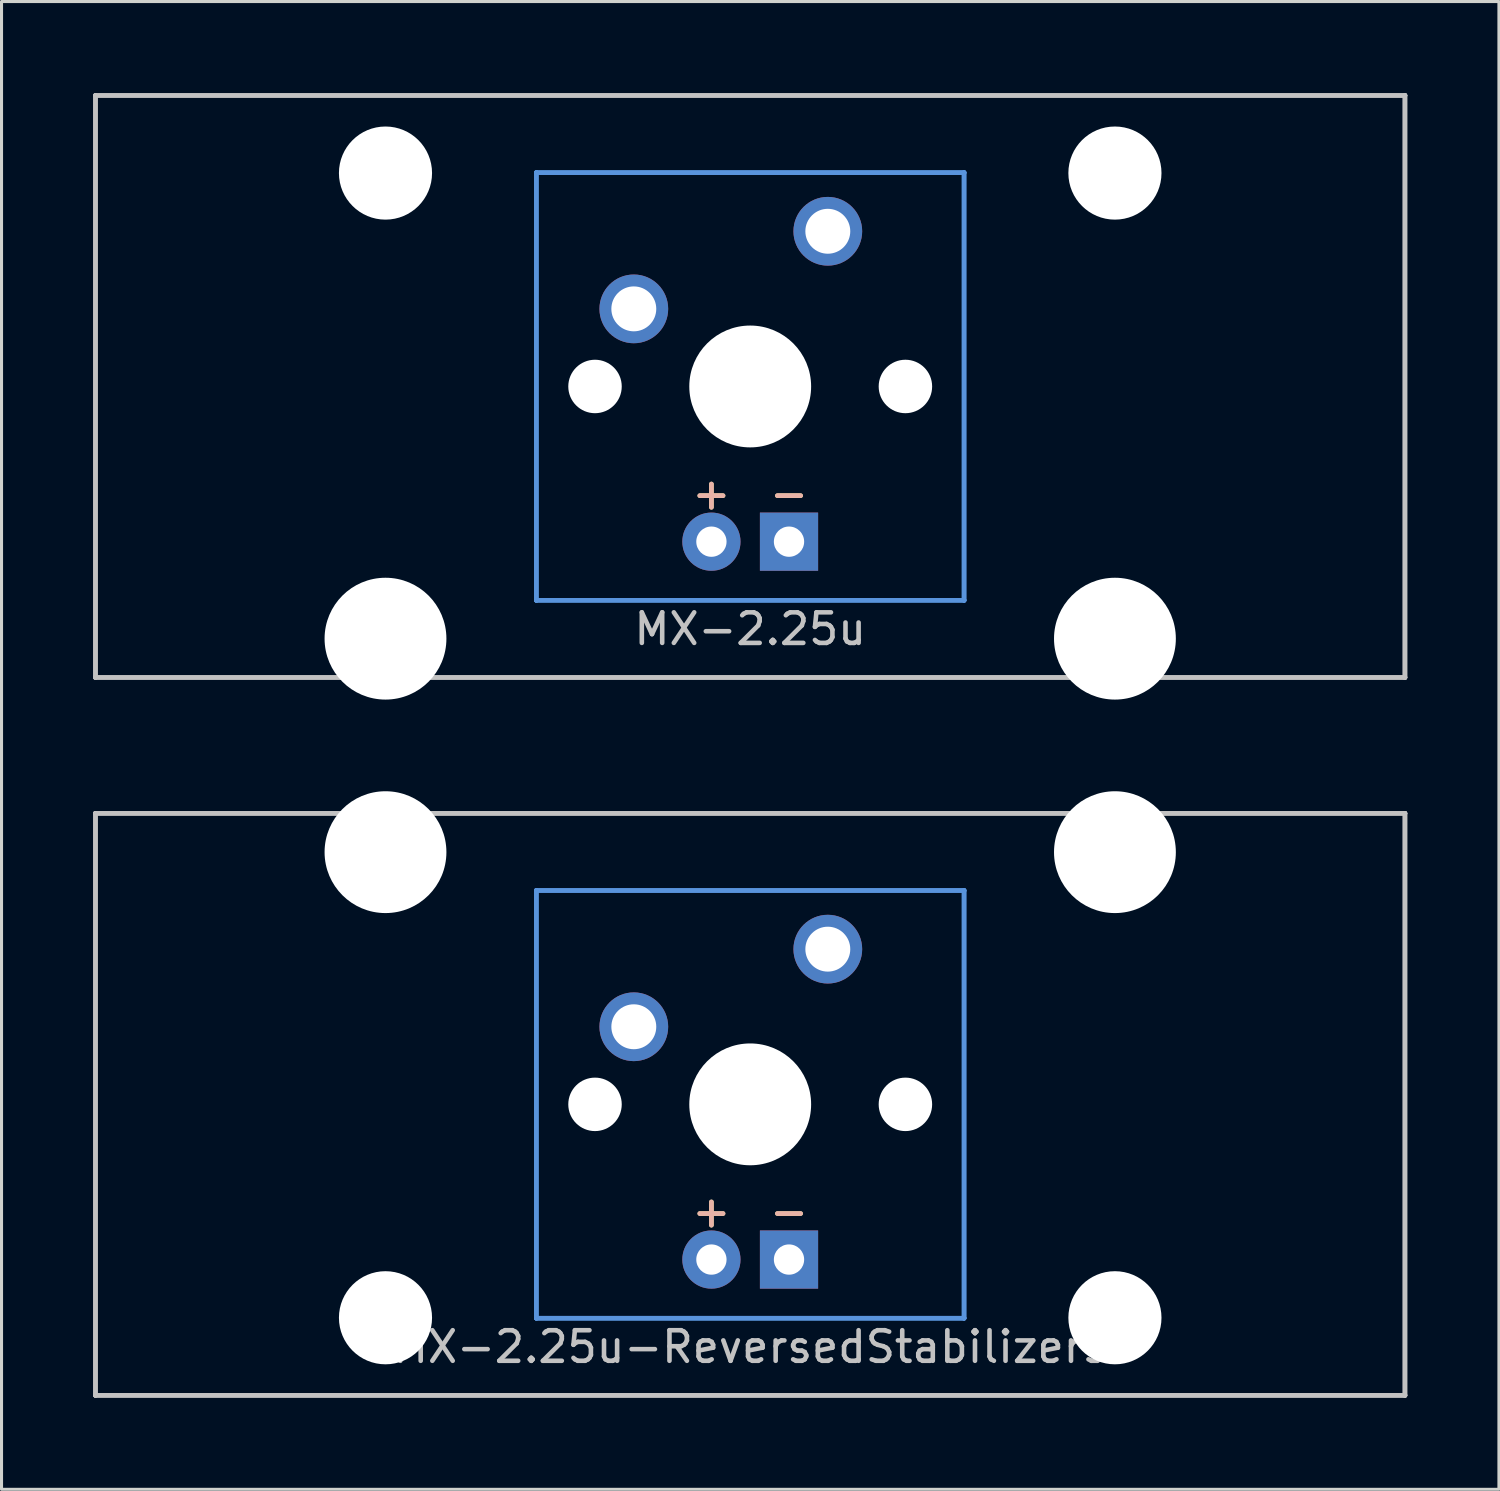
<source format=kicad_pcb>
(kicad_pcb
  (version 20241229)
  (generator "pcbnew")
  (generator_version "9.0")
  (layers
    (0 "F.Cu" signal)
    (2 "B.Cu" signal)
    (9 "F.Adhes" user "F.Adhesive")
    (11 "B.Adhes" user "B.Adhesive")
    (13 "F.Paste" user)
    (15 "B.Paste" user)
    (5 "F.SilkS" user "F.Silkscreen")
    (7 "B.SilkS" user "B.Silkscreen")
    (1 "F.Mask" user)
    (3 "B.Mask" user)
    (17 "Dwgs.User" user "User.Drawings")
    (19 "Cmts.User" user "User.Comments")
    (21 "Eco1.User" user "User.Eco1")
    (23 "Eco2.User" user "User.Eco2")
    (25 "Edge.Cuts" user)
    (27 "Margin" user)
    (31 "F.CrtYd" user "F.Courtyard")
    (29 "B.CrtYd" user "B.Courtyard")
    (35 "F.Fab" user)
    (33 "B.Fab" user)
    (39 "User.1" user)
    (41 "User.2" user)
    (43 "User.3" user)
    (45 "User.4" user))
  (footprint "MX-2.25u-ReversedStabilizers"
    (layer "F.Cu")
    (at 21.506 33.098)
    (property "Reference" "MX-2.25u-ReversedStabilizers" (at 0 7.938 0) (layer "Dwgs.User") (effects (font (size 1 1) (thickness 0.15))))
    (attr through_hole)
    (fp_line (start -21.431 -9.525) (end -21.431 -9.525) (stroke (width 0.15) (type solid)) (layer "Dwgs.User"))
    (fp_line (start -21.431 -9.525) (end -21.431 -9.525) (stroke (width 0.15) (type solid)) (layer "Dwgs.User"))
    (fp_line (start -21.431 -9.525) (end -21.431 9.525) (stroke (width 0.15) (type solid)) (layer "Dwgs.User"))
    (fp_line (start -21.431 -9.525) (end 21.431 -9.525) (stroke (width 0.15) (type solid)) (layer "Dwgs.User"))
    (fp_line (start -21.431 9.525) (end -21.431 -9.525) (stroke (width 0.15) (type solid)) (layer "Dwgs.User"))
    (fp_line (start -21.431 9.525) (end -21.431 9.525) (stroke (width 0.15) (type solid)) (layer "Dwgs.User"))
    (fp_line (start -21.431 9.525) (end -21.431 9.525) (stroke (width 0.15) (type solid)) (layer "Dwgs.User"))
    (fp_line (start -21.431 9.525) (end 21.431 9.525) (stroke (width 0.15) (type solid)) (layer "Dwgs.User"))
    (fp_line (start 21.431 -9.525) (end -21.431 -9.525) (stroke (width 0.15) (type solid)) (layer "Dwgs.User"))
    (fp_line (start 21.431 -9.525) (end 21.431 -9.525) (stroke (width 0.15) (type solid)) (layer "Dwgs.User"))
    (fp_line (start 21.431 -9.525) (end 21.431 -9.525) (stroke (width 0.15) (type solid)) (layer "Dwgs.User"))
    (fp_line (start 21.431 -9.525) (end 21.431 9.525) (stroke (width 0.15) (type solid)) (layer "Dwgs.User"))
    (fp_line (start 21.431 9.525) (end -21.431 9.525) (stroke (width 0.15) (type solid)) (layer "Dwgs.User"))
    (fp_line (start 21.431 9.525) (end 21.431 -9.525) (stroke (width 0.15) (type solid)) (layer "Dwgs.User"))
    (fp_line (start 21.431 9.525) (end 21.431 9.525) (stroke (width 0.15) (type solid)) (layer "Dwgs.User"))
    (fp_line (start 21.431 9.525) (end 21.431 9.525) (stroke (width 0.15) (type solid)) (layer "Dwgs.User"))
    (fp_line (start -7 -7) (end -7 -7) (stroke (width 0.15) (type solid)) (layer "Cmts.User"))
    (fp_line (start -7 -7) (end -7 -7) (stroke (width 0.15) (type solid)) (layer "Cmts.User"))
    (fp_line (start -7 -7) (end -7 7) (stroke (width 0.15) (type solid)) (layer "Cmts.User"))
    (fp_line (start -7 -7) (end 7 -7) (stroke (width 0.15) (type solid)) (layer "Cmts.User"))
    (fp_line (start -7 7) (end -7 -7) (stroke (width 0.15) (type solid)) (layer "Cmts.User"))
    (fp_line (start -7 7) (end -7 7) (stroke (width 0.15) (type solid)) (layer "Cmts.User"))
    (fp_line (start -7 7) (end -7 7) (stroke (width 0.15) (type solid)) (layer "Cmts.User"))
    (fp_line (start -7 7) (end 7 7) (stroke (width 0.15) (type solid)) (layer "Cmts.User"))
    (fp_line (start 7 -7) (end -7 -7) (stroke (width 0.15) (type solid)) (layer "Cmts.User"))
    (fp_line (start 7 -7) (end 7 -7) (stroke (width 0.15) (type solid)) (layer "Cmts.User"))
    (fp_line (start 7 -7) (end 7 -7) (stroke (width 0.15) (type solid)) (layer "Cmts.User"))
    (fp_line (start 7 -7) (end 7 7) (stroke (width 0.15) (type solid)) (layer "Cmts.User"))
    (fp_line (start 7 7) (end -7 7) (stroke (width 0.15) (type solid)) (layer "Cmts.User"))
    (fp_line (start 7 7) (end 7 -7) (stroke (width 0.15) (type solid)) (layer "Cmts.User"))
    (fp_line (start 7 7) (end 7 7) (stroke (width 0.15) (type solid)) (layer "Cmts.User"))
    (fp_line (start 7 7) (end 7 7) (stroke (width 0.15) (type solid)) (layer "Cmts.User"))
    (fp_text user "+" (at -1.27 3.5 0) (layer "F.SilkS") (effects (font (size 1 1) (thickness 0.15))))
    (fp_text user "-" (at 1.27 3.5 0) (layer "F.SilkS") (effects (font (size 1 1) (thickness 0.15))))
    (fp_text user "+" (at -1.27 3.5 0) (layer "B.SilkS") (effects (font (size 1 1) (thickness 0.15))))
    (fp_text user "-" (at 1.27 3.5 0) (layer "B.SilkS") (effects (font (size 1 1) (thickness 0.15))))
    (pad "" np_thru_hole circle (at -11.938 -8.255) (size 3.988 3.988) (drill 3.988) (layers "*.Cu" "*.Mask"))
    (pad "" np_thru_hole circle (at -11.938 6.985) (size 3.048 3.048) (drill 3.048) (layers "*.Cu" "*.Mask"))
    (pad "" np_thru_hole circle (at -5.08 0) (size 1.75 1.75) (drill 1.75) (layers "*.Cu" "*.Mask"))
    (pad "" np_thru_hole circle (at 0 0) (size 3.988 3.988) (drill 3.988) (layers "*.Cu" "*.Mask"))
    (pad "" np_thru_hole circle (at 5.08 0) (size 1.75 1.75) (drill 1.75) (layers "*.Cu" "*.Mask"))
    (pad "" np_thru_hole circle (at 11.938 -8.255) (size 3.988 3.988) (drill 3.988) (layers "*.Cu" "*.Mask"))
    (pad "" np_thru_hole circle (at 11.938 6.985) (size 3.048 3.048) (drill 3.048) (layers "*.Cu" "*.Mask"))
    (pad "1" thru_hole circle (at -3.81 -2.54) (size 2.25 2.25) (drill 1.47) (layers "*.Cu" "*.Mask"))
    (pad "2" thru_hole circle (at 2.54 -5.08) (size 2.25 2.25) (drill 1.47) (layers "*.Cu" "*.Mask"))
    (pad "3" thru_hole circle (at -1.27 5.08) (size 1.905 1.905) (drill 0.991) (layers "*.Cu" "*.Mask"))
    (pad "4" thru_hole rect (at 1.27 5.08) (size 1.905 1.905) (drill 0.991) (layers "*.Cu" "*.Mask")))
  (footprint "MX-2.25u"
    (layer "F.Cu")
    (at 21.506 9.6)
    (property "Reference" "MX-2.25u" (at 0 7.938 0) (layer "Dwgs.User") (effects (font (size 1 1) (thickness 0.15))))
    (attr through_hole)
    (fp_line (start -21.431 -9.525) (end -21.431 -9.525) (stroke (width 0.15) (type solid)) (layer "Dwgs.User"))
    (fp_line (start -21.431 -9.525) (end -21.431 -9.525) (stroke (width 0.15) (type solid)) (layer "Dwgs.User"))
    (fp_line (start -21.431 -9.525) (end -21.431 9.525) (stroke (width 0.15) (type solid)) (layer "Dwgs.User"))
    (fp_line (start -21.431 -9.525) (end 21.431 -9.525) (stroke (width 0.15) (type solid)) (layer "Dwgs.User"))
    (fp_line (start -21.431 9.525) (end -21.431 -9.525) (stroke (width 0.15) (type solid)) (layer "Dwgs.User"))
    (fp_line (start -21.431 9.525) (end -21.431 9.525) (stroke (width 0.15) (type solid)) (layer "Dwgs.User"))
    (fp_line (start -21.431 9.525) (end -21.431 9.525) (stroke (width 0.15) (type solid)) (layer "Dwgs.User"))
    (fp_line (start -21.431 9.525) (end 21.431 9.525) (stroke (width 0.15) (type solid)) (layer "Dwgs.User"))
    (fp_line (start 21.431 -9.525) (end -21.431 -9.525) (stroke (width 0.15) (type solid)) (layer "Dwgs.User"))
    (fp_line (start 21.431 -9.525) (end 21.431 -9.525) (stroke (width 0.15) (type solid)) (layer "Dwgs.User"))
    (fp_line (start 21.431 -9.525) (end 21.431 -9.525) (stroke (width 0.15) (type solid)) (layer "Dwgs.User"))
    (fp_line (start 21.431 -9.525) (end 21.431 9.525) (stroke (width 0.15) (type solid)) (layer "Dwgs.User"))
    (fp_line (start 21.431 9.525) (end -21.431 9.525) (stroke (width 0.15) (type solid)) (layer "Dwgs.User"))
    (fp_line (start 21.431 9.525) (end 21.431 -9.525) (stroke (width 0.15) (type solid)) (layer "Dwgs.User"))
    (fp_line (start 21.431 9.525) (end 21.431 9.525) (stroke (width 0.15) (type solid)) (layer "Dwgs.User"))
    (fp_line (start 21.431 9.525) (end 21.431 9.525) (stroke (width 0.15) (type solid)) (layer "Dwgs.User"))
    (fp_line (start -7 -7) (end -7 -7) (stroke (width 0.15) (type solid)) (layer "Cmts.User"))
    (fp_line (start -7 -7) (end -7 -7) (stroke (width 0.15) (type solid)) (layer "Cmts.User"))
    (fp_line (start -7 -7) (end -7 7) (stroke (width 0.15) (type solid)) (layer "Cmts.User"))
    (fp_line (start -7 -7) (end 7 -7) (stroke (width 0.15) (type solid)) (layer "Cmts.User"))
    (fp_line (start -7 7) (end -7 -7) (stroke (width 0.15) (type solid)) (layer "Cmts.User"))
    (fp_line (start -7 7) (end -7 7) (stroke (width 0.15) (type solid)) (layer "Cmts.User"))
    (fp_line (start -7 7) (end -7 7) (stroke (width 0.15) (type solid)) (layer "Cmts.User"))
    (fp_line (start -7 7) (end 7 7) (stroke (width 0.15) (type solid)) (layer "Cmts.User"))
    (fp_line (start 7 -7) (end -7 -7) (stroke (width 0.15) (type solid)) (layer "Cmts.User"))
    (fp_line (start 7 -7) (end 7 -7) (stroke (width 0.15) (type solid)) (layer "Cmts.User"))
    (fp_line (start 7 -7) (end 7 -7) (stroke (width 0.15) (type solid)) (layer "Cmts.User"))
    (fp_line (start 7 -7) (end 7 7) (stroke (width 0.15) (type solid)) (layer "Cmts.User"))
    (fp_line (start 7 7) (end -7 7) (stroke (width 0.15) (type solid)) (layer "Cmts.User"))
    (fp_line (start 7 7) (end 7 -7) (stroke (width 0.15) (type solid)) (layer "Cmts.User"))
    (fp_line (start 7 7) (end 7 7) (stroke (width 0.15) (type solid)) (layer "Cmts.User"))
    (fp_line (start 7 7) (end 7 7) (stroke (width 0.15) (type solid)) (layer "Cmts.User"))
    (fp_text user "-" (at 1.27 3.5 0) (layer "F.SilkS") (effects (font (size 1 1) (thickness 0.15))))
    (fp_text user "+" (at -1.27 3.5 0) (layer "F.SilkS") (effects (font (size 1 1) (thickness 0.15))))
    (fp_text user "-" (at 1.27 3.5 0) (layer "B.SilkS") (effects (font (size 1 1) (thickness 0.15))))
    (fp_text user "+" (at -1.27 3.5 0) (layer "B.SilkS") (effects (font (size 1 1) (thickness 0.15))))
    (pad "" np_thru_hole circle (at -11.938 -6.985) (size 3.048 3.048) (drill 3.048) (layers "*.Cu" "*.Mask"))
    (pad "" np_thru_hole circle (at -11.938 8.255) (size 3.988 3.988) (drill 3.988) (layers "*.Cu" "*.Mask"))
    (pad "" np_thru_hole circle (at -5.08 0) (size 1.75 1.75) (drill 1.75) (layers "*.Cu" "*.Mask"))
    (pad "" np_thru_hole circle (at 0 0) (size 3.988 3.988) (drill 3.988) (layers "*.Cu" "*.Mask"))
    (pad "" np_thru_hole circle (at 5.08 0) (size 1.75 1.75) (drill 1.75) (layers "*.Cu" "*.Mask"))
    (pad "" np_thru_hole circle (at 11.938 -6.985) (size 3.048 3.048) (drill 3.048) (layers "*.Cu" "*.Mask"))
    (pad "" np_thru_hole circle (at 11.938 8.255) (size 3.988 3.988) (drill 3.988) (layers "*.Cu" "*.Mask"))
    (pad "1" thru_hole circle (at -3.81 -2.54) (size 2.25 2.25) (drill 1.47) (layers "*.Cu" "*.Mask"))
    (pad "2" thru_hole circle (at 2.54 -5.08) (size 2.25 2.25) (drill 1.47) (layers "*.Cu" "*.Mask"))
    (pad "3" thru_hole circle (at -1.27 5.08) (size 1.905 1.905) (drill 0.991) (layers "*.Cu" "*.Mask"))
    (pad "4" thru_hole rect (at 1.27 5.08) (size 1.905 1.905) (drill 0.991) (layers "*.Cu" "*.Mask")))
  (gr_rect
    (start -3 -3)
    (end 46.013 45.698)
    (stroke (width 0.1) (type default))
    (fill no)
    (layer "Edge.Cuts")))
</source>
